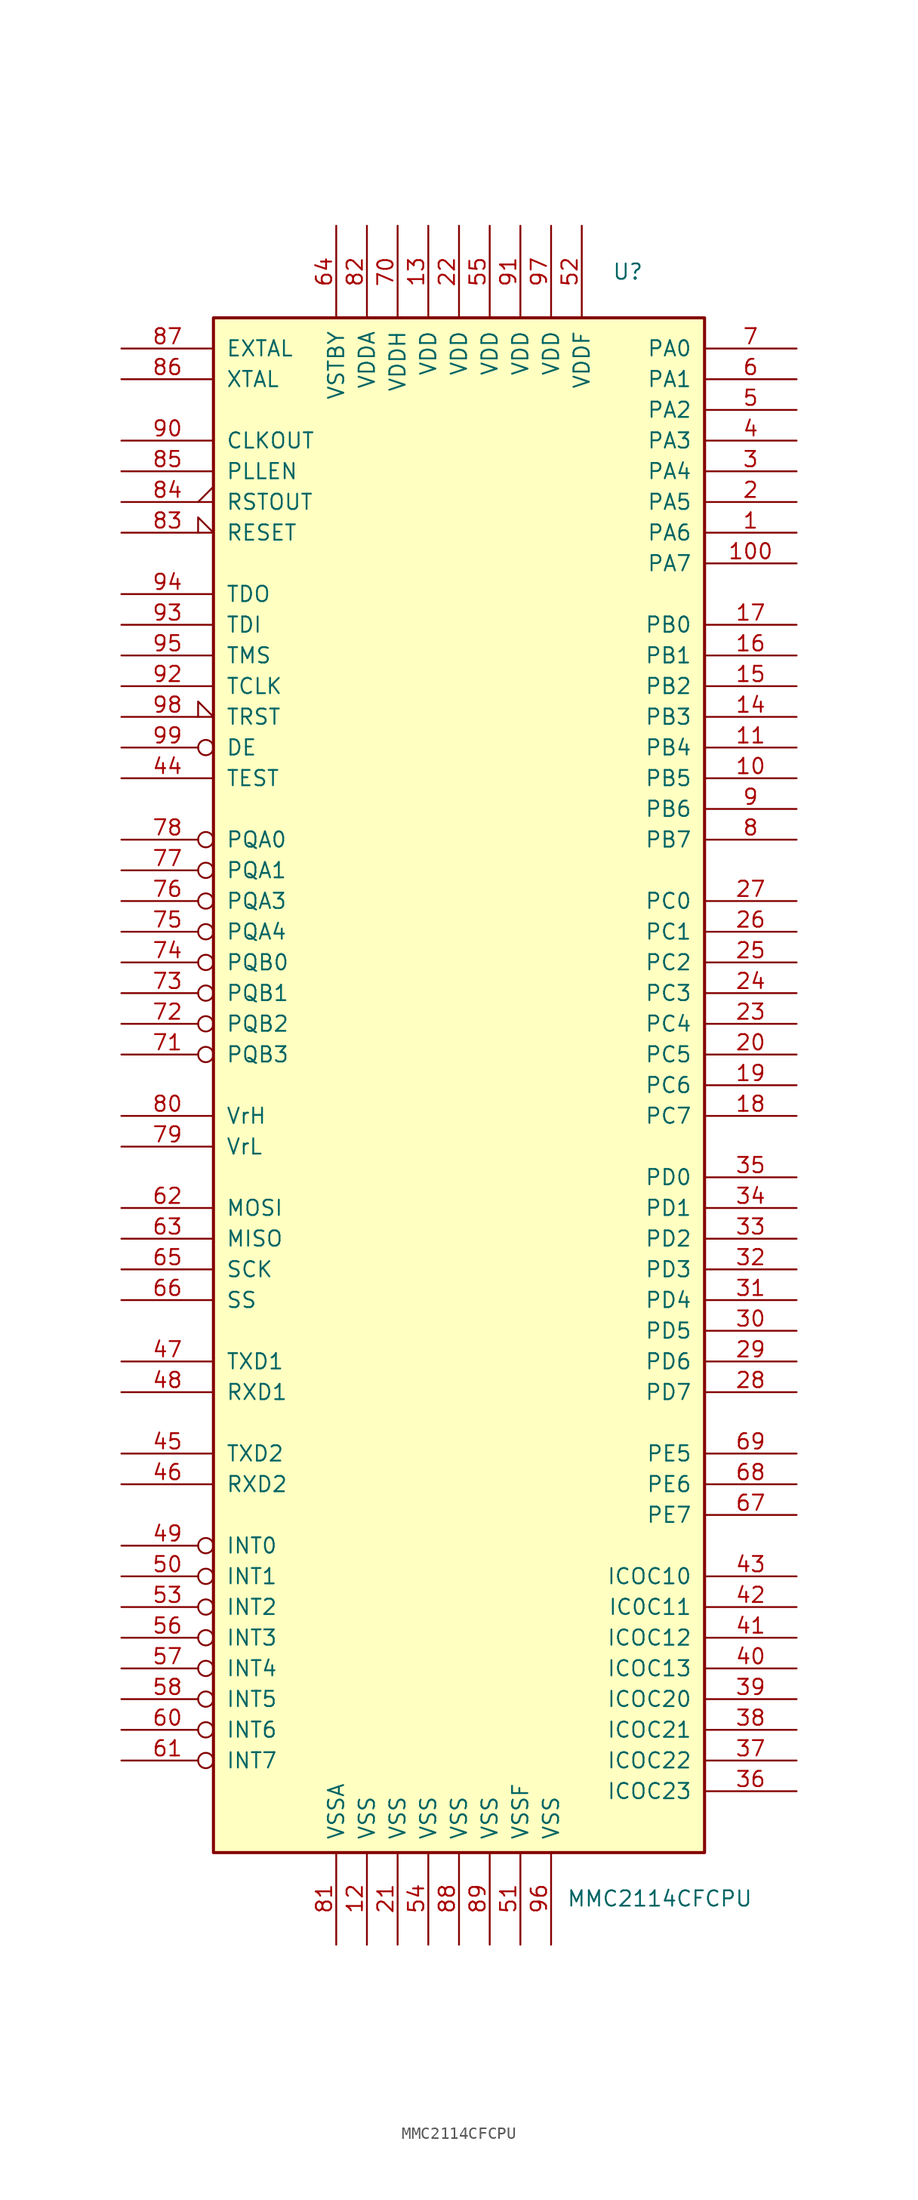
<source format=kicad_sym>
(kicad_symbol_lib
  (version 20211014)
  (generator kicad_symbol_editor)
  (symbol "MMC2114CFCPU"
    (pin_names
      (offset 1.016))
    (property "Reference" "U"
      (at 13.97 67.31 0)
      (effects (font (size 1.27 1.27))))
    (property "Value" "MMC2114CFCPU"
      (at 8.89 -67.31 0)
      (effects (font (size 1.27 1.27)) (justify left)))
    (symbol "MMC2114CFCPU_0_1"
      (rectangle (start -20.32 63.5) (end 20.32 -63.5) (stroke (width 0.254) (type default) (color 0 0 0 0)) (fill (type background))))
    (symbol "MMC2114CFCPU_1_1"
      (pin bidirectional line (at 27.94 45.72 180) (length 7.62) (name "PA6" (effects (font (size 1.27 1.27)))) (number "1" (effects (font (size 1.27 1.27)))))
      (pin bidirectional line (at 27.94 25.4 180) (length 7.62) (name "PB5" (effects (font (size 1.27 1.27)))) (number "10" (effects (font (size 1.27 1.27)))))
      (pin bidirectional line (at 27.94 43.18 180) (length 7.62) (name "PA7" (effects (font (size 1.27 1.27)))) (number "100" (effects (font (size 1.27 1.27)))))
      (pin bidirectional line (at 27.94 27.94 180) (length 7.62) (name "PB4" (effects (font (size 1.27 1.27)))) (number "11" (effects (font (size 1.27 1.27)))))
      (pin power_in line (at -7.62 -71.12 90) (length 7.62) (name "VSS" (effects (font (size 1.27 1.27)))) (number "12" (effects (font (size 1.27 1.27)))))
      (pin power_in line (at -2.54 71.12 270) (length 7.62) (name "VDD" (effects (font (size 1.27 1.27)))) (number "13" (effects (font (size 1.27 1.27)))))
      (pin bidirectional line (at 27.94 30.48 180) (length 7.62) (name "PB3" (effects (font (size 1.27 1.27)))) (number "14" (effects (font (size 1.27 1.27)))))
      (pin bidirectional line (at 27.94 33.02 180) (length 7.62) (name "PB2" (effects (font (size 1.27 1.27)))) (number "15" (effects (font (size 1.27 1.27)))))
      (pin bidirectional line (at 27.94 35.56 180) (length 7.62) (name "PB1" (effects (font (size 1.27 1.27)))) (number "16" (effects (font (size 1.27 1.27)))))
      (pin bidirectional line (at 27.94 38.1 180) (length 7.62) (name "PB0" (effects (font (size 1.27 1.27)))) (number "17" (effects (font (size 1.27 1.27)))))
      (pin bidirectional line (at 27.94 -2.54 180) (length 7.62) (name "PC7" (effects (font (size 1.27 1.27)))) (number "18" (effects (font (size 1.27 1.27)))))
      (pin bidirectional line (at 27.94 0 180) (length 7.62) (name "PC6" (effects (font (size 1.27 1.27)))) (number "19" (effects (font (size 1.27 1.27)))))
      (pin bidirectional line (at 27.94 48.26 180) (length 7.62) (name "PA5" (effects (font (size 1.27 1.27)))) (number "2" (effects (font (size 1.27 1.27)))))
      (pin bidirectional line (at 27.94 2.54 180) (length 7.62) (name "PC5" (effects (font (size 1.27 1.27)))) (number "20" (effects (font (size 1.27 1.27)))))
      (pin power_in line (at -5.08 -71.12 90) (length 7.62) (name "VSS" (effects (font (size 1.27 1.27)))) (number "21" (effects (font (size 1.27 1.27)))))
      (pin power_in line (at 0 71.12 270) (length 7.62) (name "VDD" (effects (font (size 1.27 1.27)))) (number "22" (effects (font (size 1.27 1.27)))))
      (pin bidirectional line (at 27.94 5.08 180) (length 7.62) (name "PC4" (effects (font (size 1.27 1.27)))) (number "23" (effects (font (size 1.27 1.27)))))
      (pin bidirectional line (at 27.94 7.62 180) (length 7.62) (name "PC3" (effects (font (size 1.27 1.27)))) (number "24" (effects (font (size 1.27 1.27)))))
      (pin bidirectional line (at 27.94 10.16 180) (length 7.62) (name "PC2" (effects (font (size 1.27 1.27)))) (number "25" (effects (font (size 1.27 1.27)))))
      (pin bidirectional line (at 27.94 12.7 180) (length 7.62) (name "PC1" (effects (font (size 1.27 1.27)))) (number "26" (effects (font (size 1.27 1.27)))))
      (pin bidirectional line (at 27.94 15.24 180) (length 7.62) (name "PC0" (effects (font (size 1.27 1.27)))) (number "27" (effects (font (size 1.27 1.27)))))
      (pin bidirectional line (at 27.94 -25.4 180) (length 7.62) (name "PD7" (effects (font (size 1.27 1.27)))) (number "28" (effects (font (size 1.27 1.27)))))
      (pin bidirectional line (at 27.94 -22.86 180) (length 7.62) (name "PD6" (effects (font (size 1.27 1.27)))) (number "29" (effects (font (size 1.27 1.27)))))
      (pin bidirectional line (at 27.94 50.8 180) (length 7.62) (name "PA4" (effects (font (size 1.27 1.27)))) (number "3" (effects (font (size 1.27 1.27)))))
      (pin bidirectional line (at 27.94 -20.32 180) (length 7.62) (name "PD5" (effects (font (size 1.27 1.27)))) (number "30" (effects (font (size 1.27 1.27)))))
      (pin bidirectional line (at 27.94 -17.78 180) (length 7.62) (name "PD4" (effects (font (size 1.27 1.27)))) (number "31" (effects (font (size 1.27 1.27)))))
      (pin bidirectional line (at 27.94 -15.24 180) (length 7.62) (name "PD3" (effects (font (size 1.27 1.27)))) (number "32" (effects (font (size 1.27 1.27)))))
      (pin bidirectional line (at 27.94 -12.7 180) (length 7.62) (name "PD2" (effects (font (size 1.27 1.27)))) (number "33" (effects (font (size 1.27 1.27)))))
      (pin bidirectional line (at 27.94 -10.16 180) (length 7.62) (name "PD1" (effects (font (size 1.27 1.27)))) (number "34" (effects (font (size 1.27 1.27)))))
      (pin bidirectional line (at 27.94 -7.62 180) (length 7.62) (name "PD0" (effects (font (size 1.27 1.27)))) (number "35" (effects (font (size 1.27 1.27)))))
      (pin bidirectional line (at 27.94 -58.42 180) (length 7.62) (name "ICOC23" (effects (font (size 1.27 1.27)))) (number "36" (effects (font (size 1.27 1.27)))))
      (pin bidirectional line (at 27.94 -55.88 180) (length 7.62) (name "ICOC22" (effects (font (size 1.27 1.27)))) (number "37" (effects (font (size 1.27 1.27)))))
      (pin bidirectional line (at 27.94 -53.34 180) (length 7.62) (name "ICOC21" (effects (font (size 1.27 1.27)))) (number "38" (effects (font (size 1.27 1.27)))))
      (pin bidirectional line (at 27.94 -50.8 180) (length 7.62) (name "ICOC20" (effects (font (size 1.27 1.27)))) (number "39" (effects (font (size 1.27 1.27)))))
      (pin bidirectional line (at 27.94 53.34 180) (length 7.62) (name "PA3" (effects (font (size 1.27 1.27)))) (number "4" (effects (font (size 1.27 1.27)))))
      (pin bidirectional line (at 27.94 -48.26 180) (length 7.62) (name "ICOC13" (effects (font (size 1.27 1.27)))) (number "40" (effects (font (size 1.27 1.27)))))
      (pin bidirectional line (at 27.94 -45.72 180) (length 7.62) (name "ICOC12" (effects (font (size 1.27 1.27)))) (number "41" (effects (font (size 1.27 1.27)))))
      (pin bidirectional line (at 27.94 -43.18 180) (length 7.62) (name "IC0C11" (effects (font (size 1.27 1.27)))) (number "42" (effects (font (size 1.27 1.27)))))
      (pin bidirectional line (at 27.94 -40.64 180) (length 7.62) (name "ICOC10" (effects (font (size 1.27 1.27)))) (number "43" (effects (font (size 1.27 1.27)))))
      (pin bidirectional line (at -27.94 25.4 0) (length 7.62) (name "TEST" (effects (font (size 1.27 1.27)))) (number "44" (effects (font (size 1.27 1.27)))))
      (pin bidirectional line (at -27.94 -30.48 0) (length 7.62) (name "TXD2" (effects (font (size 1.27 1.27)))) (number "45" (effects (font (size 1.27 1.27)))))
      (pin bidirectional line (at -27.94 -33.02 0) (length 7.62) (name "RXD2" (effects (font (size 1.27 1.27)))) (number "46" (effects (font (size 1.27 1.27)))))
      (pin bidirectional line (at -27.94 -22.86 0) (length 7.62) (name "TXD1" (effects (font (size 1.27 1.27)))) (number "47" (effects (font (size 1.27 1.27)))))
      (pin bidirectional line (at -27.94 -25.4 0) (length 7.62) (name "RXD1" (effects (font (size 1.27 1.27)))) (number "48" (effects (font (size 1.27 1.27)))))
      (pin bidirectional inverted (at -27.94 -38.1 0) (length 7.62) (name "INT0" (effects (font (size 1.27 1.27)))) (number "49" (effects (font (size 1.27 1.27)))))
      (pin bidirectional line (at 27.94 55.88 180) (length 7.62) (name "PA2" (effects (font (size 1.27 1.27)))) (number "5" (effects (font (size 1.27 1.27)))))
      (pin bidirectional inverted (at -27.94 -40.64 0) (length 7.62) (name "INT1" (effects (font (size 1.27 1.27)))) (number "50" (effects (font (size 1.27 1.27)))))
      (pin power_in line (at 5.08 -71.12 90) (length 7.62) (name "VSSF" (effects (font (size 1.27 1.27)))) (number "51" (effects (font (size 1.27 1.27)))))
      (pin power_in line (at 10.16 71.12 270) (length 7.62) (name "VDDF" (effects (font (size 1.27 1.27)))) (number "52" (effects (font (size 1.27 1.27)))))
      (pin bidirectional inverted (at -27.94 -43.18 0) (length 7.62) (name "INT2" (effects (font (size 1.27 1.27)))) (number "53" (effects (font (size 1.27 1.27)))))
      (pin power_in line (at -2.54 -71.12 90) (length 7.62) (name "VSS" (effects (font (size 1.27 1.27)))) (number "54" (effects (font (size 1.27 1.27)))))
      (pin power_in line (at 2.54 71.12 270) (length 7.62) (name "VDD" (effects (font (size 1.27 1.27)))) (number "55" (effects (font (size 1.27 1.27)))))
      (pin bidirectional inverted (at -27.94 -45.72 0) (length 7.62) (name "INT3" (effects (font (size 1.27 1.27)))) (number "56" (effects (font (size 1.27 1.27)))))
      (pin bidirectional inverted (at -27.94 -48.26 0) (length 7.62) (name "INT4" (effects (font (size 1.27 1.27)))) (number "57" (effects (font (size 1.27 1.27)))))
      (pin bidirectional inverted (at -27.94 -50.8 0) (length 7.62) (name "INT5" (effects (font (size 1.27 1.27)))) (number "58" (effects (font (size 1.27 1.27)))))
      (pin bidirectional line (at 27.94 58.42 180) (length 7.62) (name "PA1" (effects (font (size 1.27 1.27)))) (number "6" (effects (font (size 1.27 1.27)))))
      (pin bidirectional inverted (at -27.94 -53.34 0) (length 7.62) (name "INT6" (effects (font (size 1.27 1.27)))) (number "60" (effects (font (size 1.27 1.27)))))
      (pin bidirectional inverted (at -27.94 -55.88 0) (length 7.62) (name "INT7" (effects (font (size 1.27 1.27)))) (number "61" (effects (font (size 1.27 1.27)))))
      (pin bidirectional line (at -27.94 -10.16 0) (length 7.62) (name "MOSI" (effects (font (size 1.27 1.27)))) (number "62" (effects (font (size 1.27 1.27)))))
      (pin bidirectional line (at -27.94 -12.7 0) (length 7.62) (name "MISO" (effects (font (size 1.27 1.27)))) (number "63" (effects (font (size 1.27 1.27)))))
      (pin power_in line (at -10.16 71.12 270) (length 7.62) (name "VSTBY" (effects (font (size 1.27 1.27)))) (number "64" (effects (font (size 1.27 1.27)))))
      (pin bidirectional line (at -27.94 -15.24 0) (length 7.62) (name "SCK" (effects (font (size 1.27 1.27)))) (number "65" (effects (font (size 1.27 1.27)))))
      (pin bidirectional line (at -27.94 -17.78 0) (length 7.62) (name "SS" (effects (font (size 1.27 1.27)))) (number "66" (effects (font (size 1.27 1.27)))))
      (pin bidirectional line (at 27.94 -35.56 180) (length 7.62) (name "PE7" (effects (font (size 1.27 1.27)))) (number "67" (effects (font (size 1.27 1.27)))))
      (pin bidirectional line (at 27.94 -33.02 180) (length 7.62) (name "PE6" (effects (font (size 1.27 1.27)))) (number "68" (effects (font (size 1.27 1.27)))))
      (pin bidirectional line (at 27.94 -30.48 180) (length 7.62) (name "PE5" (effects (font (size 1.27 1.27)))) (number "69" (effects (font (size 1.27 1.27)))))
      (pin bidirectional line (at 27.94 60.96 180) (length 7.62) (name "PA0" (effects (font (size 1.27 1.27)))) (number "7" (effects (font (size 1.27 1.27)))))
      (pin power_in line (at -5.08 71.12 270) (length 7.62) (name "VDDH" (effects (font (size 1.27 1.27)))) (number "70" (effects (font (size 1.27 1.27)))))
      (pin bidirectional inverted (at -27.94 2.54 0) (length 7.62) (name "PQB3" (effects (font (size 1.27 1.27)))) (number "71" (effects (font (size 1.27 1.27)))))
      (pin bidirectional inverted (at -27.94 5.08 0) (length 7.62) (name "PQB2" (effects (font (size 1.27 1.27)))) (number "72" (effects (font (size 1.27 1.27)))))
      (pin bidirectional inverted (at -27.94 7.62 0) (length 7.62) (name "PQB1" (effects (font (size 1.27 1.27)))) (number "73" (effects (font (size 1.27 1.27)))))
      (pin bidirectional inverted (at -27.94 10.16 0) (length 7.62) (name "PQB0" (effects (font (size 1.27 1.27)))) (number "74" (effects (font (size 1.27 1.27)))))
      (pin bidirectional inverted (at -27.94 12.7 0) (length 7.62) (name "PQA4" (effects (font (size 1.27 1.27)))) (number "75" (effects (font (size 1.27 1.27)))))
      (pin bidirectional inverted (at -27.94 15.24 0) (length 7.62) (name "PQA3" (effects (font (size 1.27 1.27)))) (number "76" (effects (font (size 1.27 1.27)))))
      (pin bidirectional inverted (at -27.94 17.78 0) (length 7.62) (name "PQA1" (effects (font (size 1.27 1.27)))) (number "77" (effects (font (size 1.27 1.27)))))
      (pin bidirectional inverted (at -27.94 20.32 0) (length 7.62) (name "PQA0" (effects (font (size 1.27 1.27)))) (number "78" (effects (font (size 1.27 1.27)))))
      (pin input line (at -27.94 -5.08 0) (length 7.62) (name "VrL" (effects (font (size 1.27 1.27)))) (number "79" (effects (font (size 1.27 1.27)))))
      (pin bidirectional line (at 27.94 20.32 180) (length 7.62) (name "PB7" (effects (font (size 1.27 1.27)))) (number "8" (effects (font (size 1.27 1.27)))))
      (pin input line (at -27.94 -2.54 0) (length 7.62) (name "VrH" (effects (font (size 1.27 1.27)))) (number "80" (effects (font (size 1.27 1.27)))))
      (pin power_in line (at -10.16 -71.12 90) (length 7.62) (name "VSSA" (effects (font (size 1.27 1.27)))) (number "81" (effects (font (size 1.27 1.27)))))
      (pin power_in line (at -7.62 71.12 270) (length 7.62) (name "VDDA" (effects (font (size 1.27 1.27)))) (number "82" (effects (font (size 1.27 1.27)))))
      (pin input input_low (at -27.94 45.72 0) (length 7.62) (name "RESET" (effects (font (size 1.27 1.27)))) (number "83" (effects (font (size 1.27 1.27)))))
      (pin output output_low (at -27.94 48.26 0) (length 7.62) (name "RSTOUT" (effects (font (size 1.27 1.27)))) (number "84" (effects (font (size 1.27 1.27)))))
      (pin input line (at -27.94 50.8 0) (length 7.62) (name "PLLEN" (effects (font (size 1.27 1.27)))) (number "85" (effects (font (size 1.27 1.27)))))
      (pin output line (at -27.94 58.42 0) (length 7.62) (name "XTAL" (effects (font (size 1.27 1.27)))) (number "86" (effects (font (size 1.27 1.27)))))
      (pin input line (at -27.94 60.96 0) (length 7.62) (name "EXTAL" (effects (font (size 1.27 1.27)))) (number "87" (effects (font (size 1.27 1.27)))))
      (pin power_in line (at 0 -71.12 90) (length 7.62) (name "VSS" (effects (font (size 1.27 1.27)))) (number "88" (effects (font (size 1.27 1.27)))))
      (pin power_in line (at 2.54 -71.12 90) (length 7.62) (name "VSS" (effects (font (size 1.27 1.27)))) (number "89" (effects (font (size 1.27 1.27)))))
      (pin bidirectional line (at 27.94 22.86 180) (length 7.62) (name "PB6" (effects (font (size 1.27 1.27)))) (number "9" (effects (font (size 1.27 1.27)))))
      (pin output line (at -27.94 53.34 0) (length 7.62) (name "CLKOUT" (effects (font (size 1.27 1.27)))) (number "90" (effects (font (size 1.27 1.27)))))
      (pin power_in line (at 5.08 71.12 270) (length 7.62) (name "VDD" (effects (font (size 1.27 1.27)))) (number "91" (effects (font (size 1.27 1.27)))))
      (pin input line (at -27.94 33.02 0) (length 7.62) (name "TCLK" (effects (font (size 1.27 1.27)))) (number "92" (effects (font (size 1.27 1.27)))))
      (pin input line (at -27.94 38.1 0) (length 7.62) (name "TDI" (effects (font (size 1.27 1.27)))) (number "93" (effects (font (size 1.27 1.27)))))
      (pin output line (at -27.94 40.64 0) (length 7.62) (name "TDO" (effects (font (size 1.27 1.27)))) (number "94" (effects (font (size 1.27 1.27)))))
      (pin input line (at -27.94 35.56 0) (length 7.62) (name "TMS" (effects (font (size 1.27 1.27)))) (number "95" (effects (font (size 1.27 1.27)))))
      (pin power_in line (at 7.62 -71.12 90) (length 7.62) (name "VSS" (effects (font (size 1.27 1.27)))) (number "96" (effects (font (size 1.27 1.27)))))
      (pin power_in line (at 7.62 71.12 270) (length 7.62) (name "VDD" (effects (font (size 1.27 1.27)))) (number "97" (effects (font (size 1.27 1.27)))))
      (pin input input_low (at -27.94 30.48 0) (length 7.62) (name "TRST" (effects (font (size 1.27 1.27)))) (number "98" (effects (font (size 1.27 1.27)))))
      (pin output inverted (at -27.94 27.94 0) (length 7.62) (name "DE" (effects (font (size 1.27 1.27)))) (number "99" (effects (font (size 1.27 1.27))))))))
</source>
